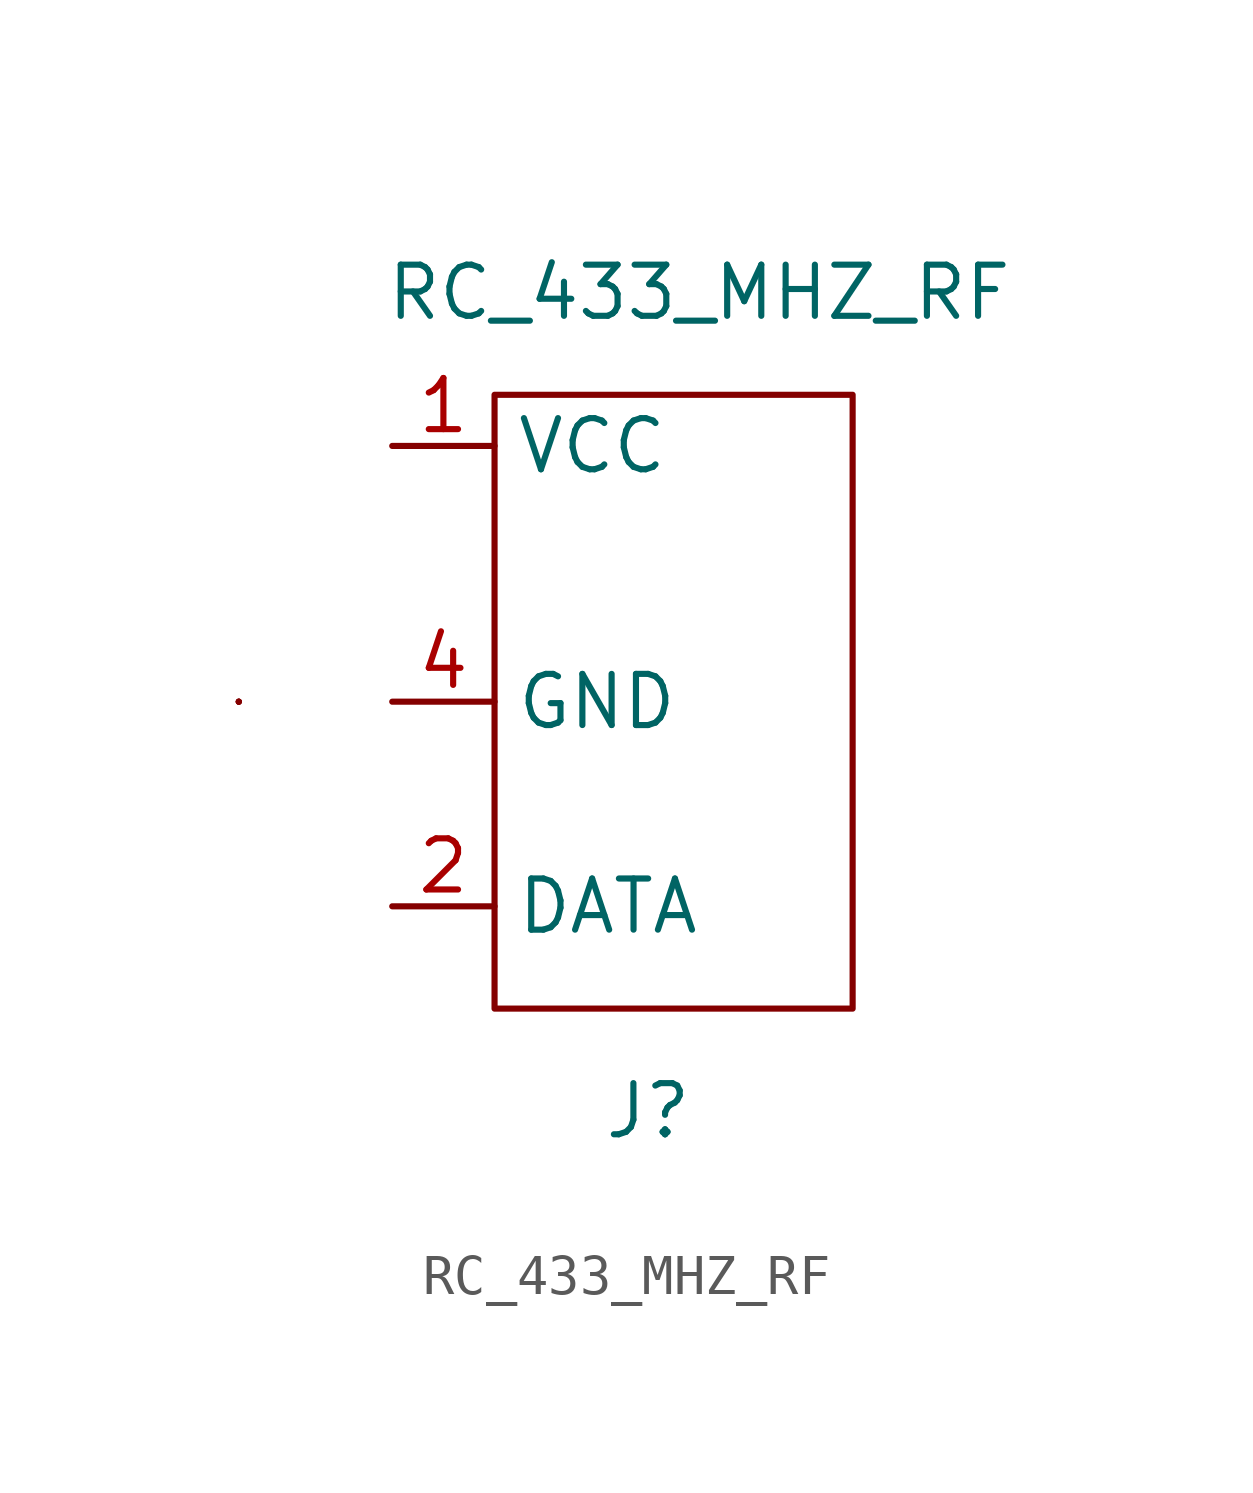
<source format=kicad_sym>
(kicad_symbol_lib
  (version 20211014)
  (generator kicad_symbol_editor)
  (symbol "RC_433_MHZ_RF"
    (property "Reference" "J"
      (at 1.27 -8.89 0)
      (effects (font (size 1.27 1.27))))
    (property "Value" "RC_433_MHZ_RF"
      (at 2.54 11.43 0)
      (effects (font (size 1.27 1.27))))
    (symbol "RC_433_MHZ_RF_0_1"
      (rectangle (start -8.89 1.27) (end -8.89 1.27) (stroke (width 0) (type default) (color 0 0 0 0)) (fill (type none)))
      (rectangle (start -8.89 1.27) (end -8.89 1.27) (stroke (width 0) (type default) (color 0 0 0 0)) (fill (type none)))
      (rectangle (start -8.89 1.27) (end -8.89 1.27) (stroke (width 0) (type default) (color 0 0 0 0)) (fill (type none)))
      (rectangle (start -8.89 1.27) (end -8.89 1.27) (stroke (width 0) (type default) (color 0 0 0 0)) (fill (type none)))
      (rectangle (start 6.35 -6.35) (end -2.54 8.89) (stroke (width 0) (type default) (color 0 0 0 0)) (fill (type none))))
    (symbol "RC_433_MHZ_RF_1_1"
      (pin power_in line (at -5.08 7.62 0) (length 2.54) (name "VCC" (effects (font (size 1.27 1.27)))) (number "1" (effects (font (size 1.27 1.27)))))
      (pin output line (at -5.08 -3.81 0) (length 2.54) (name "DATA" (effects (font (size 1.27 1.27)))) (number "2" (effects (font (size 1.27 1.27)))))
      (pin power_in line (at -5.08 1.27 0) (length 2.54) (name "GND" (effects (font (size 1.27 1.27)))) (number "4" (effects (font (size 1.27 1.27))))))))
</source>
